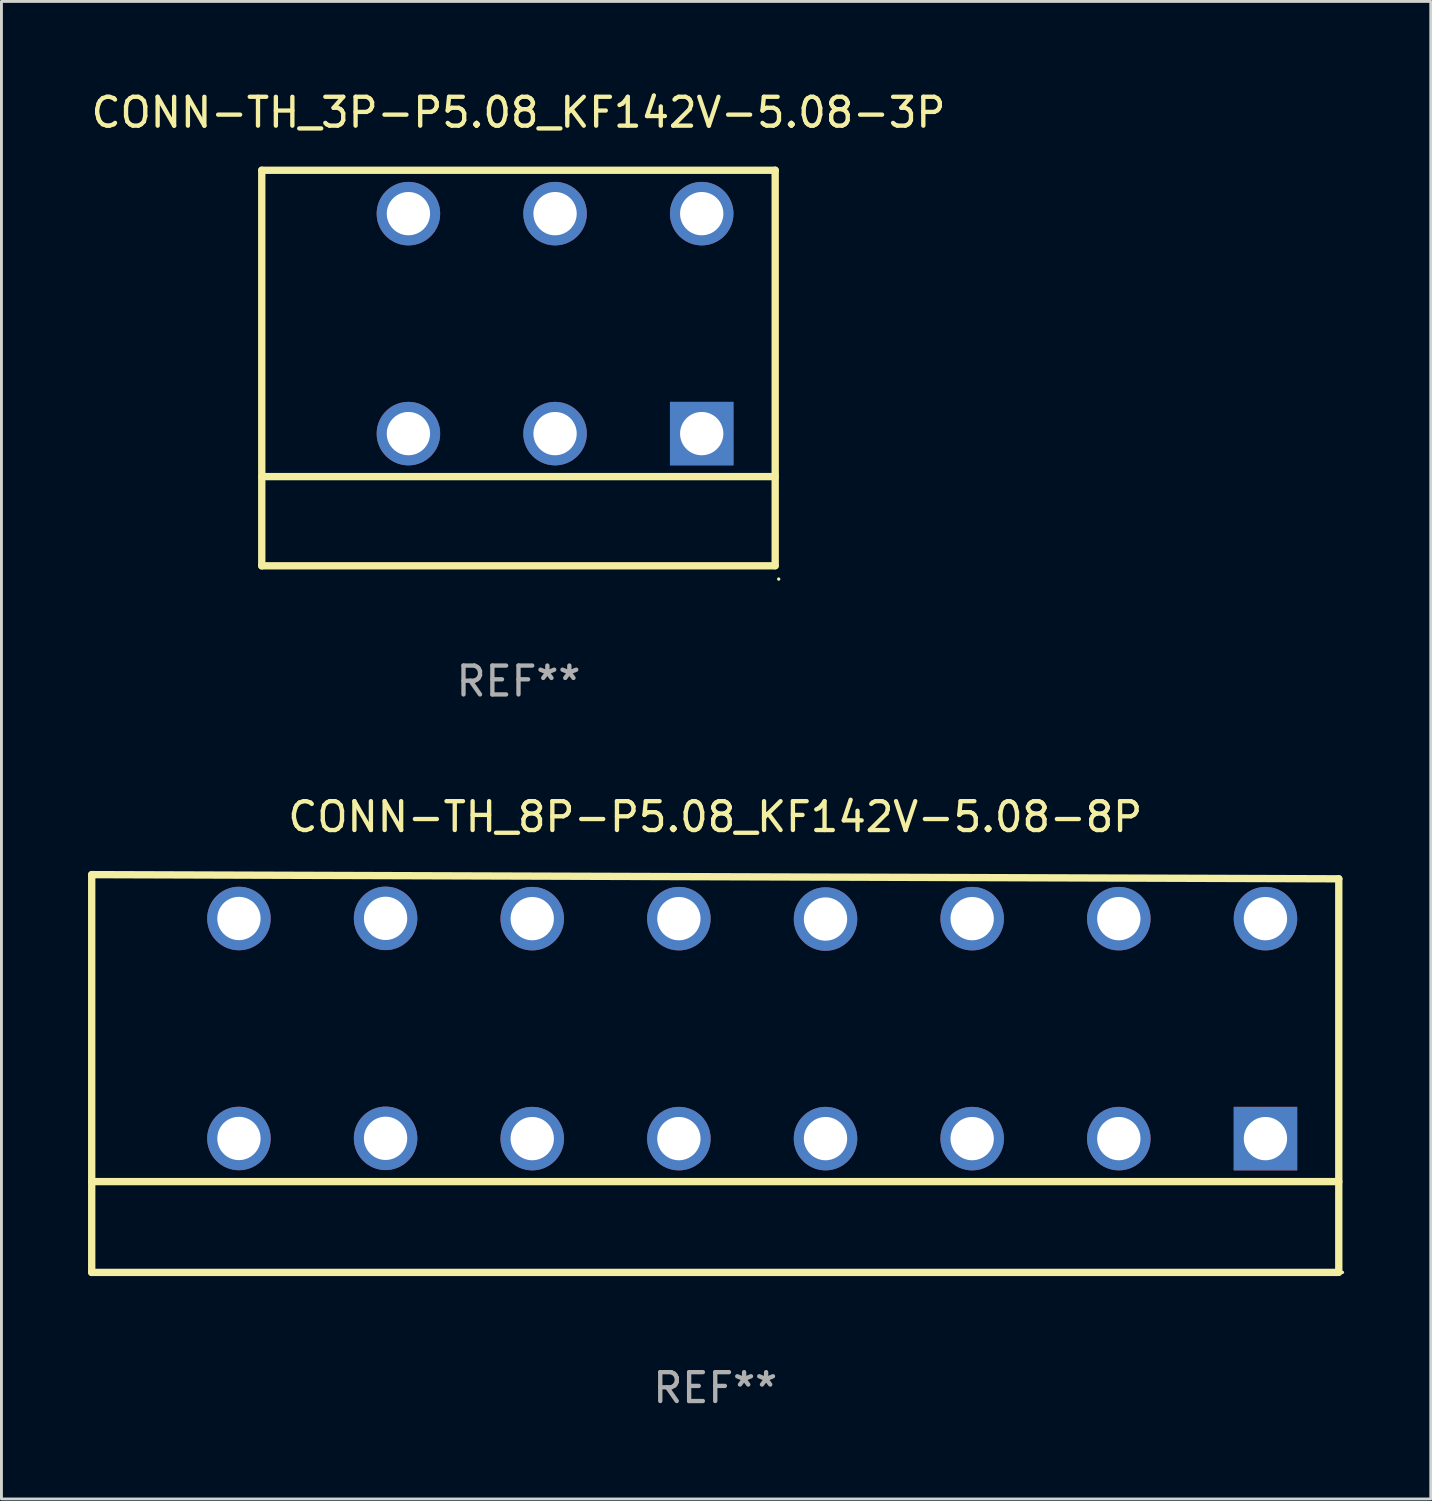
<source format=kicad_pcb>
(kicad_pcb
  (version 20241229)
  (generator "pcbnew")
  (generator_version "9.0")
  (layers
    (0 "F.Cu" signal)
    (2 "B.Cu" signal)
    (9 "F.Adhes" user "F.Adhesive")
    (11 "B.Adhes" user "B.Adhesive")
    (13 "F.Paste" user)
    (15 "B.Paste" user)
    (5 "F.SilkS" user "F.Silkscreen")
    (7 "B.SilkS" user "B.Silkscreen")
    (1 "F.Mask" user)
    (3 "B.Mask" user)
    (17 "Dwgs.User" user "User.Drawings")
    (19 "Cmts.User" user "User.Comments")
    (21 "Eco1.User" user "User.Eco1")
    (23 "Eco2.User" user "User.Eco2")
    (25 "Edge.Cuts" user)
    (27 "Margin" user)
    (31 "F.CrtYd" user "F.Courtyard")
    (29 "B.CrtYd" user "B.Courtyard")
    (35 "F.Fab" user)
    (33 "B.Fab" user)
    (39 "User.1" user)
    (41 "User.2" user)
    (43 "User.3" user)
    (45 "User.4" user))
  (footprint "CONN-TH_8P-P5.08_KF142V-5.08-8P"
    (layer "F.Cu")
    (at 23.007 32.578)
    (property "Reference" "CONN-TH_8P-P5.08_KF142V-5.08-8P" (at -1.28 -7.33 0) (layer "F.SilkS") (effects (font (size 1 1) (thickness 0.15))))
    (attr through_hole)
    (fp_line (start -22.88 -5.33) (end -22.88 8.45) (stroke (width 0.254) (type solid)) (layer "F.SilkS"))
    (fp_line (start -22.88 8.45) (end 20.255 8.45) (stroke (width 0.254) (type solid)) (layer "F.SilkS"))
    (fp_line (start 20.255 8.45) (end 20.3 8.4) (stroke (width 0.254) (type solid)) (layer "F.SilkS"))
    (fp_line (start 20.32 -5.185) (end -22.88 -5.33) (stroke (width 0.254) (type solid)) (layer "F.SilkS"))
    (fp_line (start 20.32 5.305) (end -22.88 5.305) (stroke (width 0.254) (type solid)) (layer "F.SilkS"))
    (fp_line (start 20.32 -5.185) (end 20.32 8.45) (stroke (width 0.254) (type solid)) (layer "F.SilkS"))
    (fp_circle (center 20.447 8.45) (end 20.477 8.45) (stroke (width 0.06) (type solid)) (fill no) (layer "F.SilkS"))
    (fp_text user "REF**" (at -1.28 12.45 0) (layer "F.Fab") (effects (font (size 1 1) (thickness 0.15))))
    (pad "1" thru_hole circle (at 17.78 -3.805) (size 2.2 2.2) (drill 1.5) (layers "*.Cu" "*.Mask"))
    (pad "1" thru_hole rect (at 17.78 3.815) (size 2.2 2.2) (drill 1.5) (layers "*.Cu" "*.Mask"))
    (pad "2" thru_hole circle (at 12.7 -3.805) (size 2.2 2.2) (drill 1.5) (layers "*.Cu" "*.Mask"))
    (pad "2" thru_hole circle (at 12.7 3.815) (size 2.2 2.2) (drill 1.5) (layers "*.Cu" "*.Mask"))
    (pad "3" thru_hole circle (at 7.62 -3.805) (size 2.2 2.2) (drill 1.5) (layers "*.Cu" "*.Mask"))
    (pad "3" thru_hole circle (at 7.62 3.815) (size 2.2 2.2) (drill 1.5) (layers "*.Cu" "*.Mask"))
    (pad "4" thru_hole circle (at 2.54 -3.791) (size 2.2 2.2) (drill 1.5) (layers "*.Cu" "*.Mask"))
    (pad "4" thru_hole circle (at 2.54 3.815) (size 2.2 2.2) (drill 1.5) (layers "*.Cu" "*.Mask"))
    (pad "5" thru_hole circle (at -2.54 -3.805) (size 2.2 2.2) (drill 1.5) (layers "*.Cu" "*.Mask"))
    (pad "5" thru_hole circle (at -2.54 3.815) (size 2.2 2.2) (drill 1.5) (layers "*.Cu" "*.Mask"))
    (pad "6" thru_hole circle (at -7.62 -3.805) (size 2.2 2.2) (drill 1.5) (layers "*.Cu" "*.Mask"))
    (pad "6" thru_hole circle (at -7.62 3.815) (size 2.2 2.2) (drill 1.5) (layers "*.Cu" "*.Mask"))
    (pad "7" thru_hole circle (at -12.7 -3.815) (size 2.2 2.2) (drill 1.5) (layers "*.Cu" "*.Mask"))
    (pad "7" thru_hole circle (at -12.7 3.805) (size 2.2 2.2) (drill 1.5) (layers "*.Cu" "*.Mask"))
    (pad "8" thru_hole circle (at -17.78 -3.81) (size 2.2 2.2) (drill 1.5) (layers "*.Cu" "*.Mask"))
    (pad "8" thru_hole circle (at -17.78 3.81) (size 2.2 2.2) (drill 1.5) (layers "*.Cu" "*.Mask")))
  (footprint "CONN-TH_3P-P5.08_KF142V-5.08-3P"
    (layer "F.Cu")
    (at 16.178 8.161)
    (property "Reference" "CONN-TH_3P-P5.08_KF142V-5.08-3P" (at -1.267 -7.313 0) (layer "F.SilkS") (effects (font (size 1 1) (thickness 0.15))))
    (attr through_hole)
    (fp_line (start -10.16 -5.313) (end 7.626 -5.313) (stroke (width 0.254) (type solid)) (layer "F.SilkS"))
    (fp_line (start -10.16 8.39) (end -10.16 -5.313) (stroke (width 0.254) (type solid)) (layer "F.SilkS"))
    (fp_line (start 7.62 8.39) (end -10.16 8.39) (stroke (width 0.254) (type solid)) (layer "F.SilkS"))
    (fp_line (start 7.62 5.3) (end -10.16 5.3) (stroke (width 0.254) (type solid)) (layer "F.SilkS"))
    (fp_line (start 7.626 -5.313) (end 7.626 8.384) (stroke (width 0.254) (type solid)) (layer "F.SilkS"))
    (fp_circle (center 7.747 8.849) (end 7.777 8.849) (stroke (width 0.06) (type solid)) (fill no) (layer "F.SilkS"))
    (fp_text user "REF**" (at -1.267 12.39 0) (layer "F.Fab") (effects (font (size 1 1) (thickness 0.15))))
    (pad "1" thru_hole circle (at 5.08 -3.81) (size 2.2 2.2) (drill 1.5) (layers "*.Cu" "*.Mask"))
    (pad "1" thru_hole rect (at 5.08 3.81 180) (size 2.2 2.2) (drill 1.5) (layers "*.Cu" "*.Mask"))
    (pad "2" thru_hole circle (at 0 -3.81) (size 2.2 2.2) (drill 1.5) (layers "*.Cu" "*.Mask"))
    (pad "2" thru_hole circle (at 0 3.81) (size 2.2 2.2) (drill 1.5) (layers "*.Cu" "*.Mask"))
    (pad "3" thru_hole circle (at -5.08 -3.81) (size 2.2 2.2) (drill 1.5) (layers "*.Cu" "*.Mask"))
    (pad "3" thru_hole circle (at -5.08 3.81) (size 2.2 2.2) (drill 1.5) (layers "*.Cu" "*.Mask")))
  (gr_rect
    (start -3 -3)
    (end 46.514 48.876)
    (stroke (width 0.1) (type default))
    (fill no)
    (layer "Edge.Cuts")))
</source>
